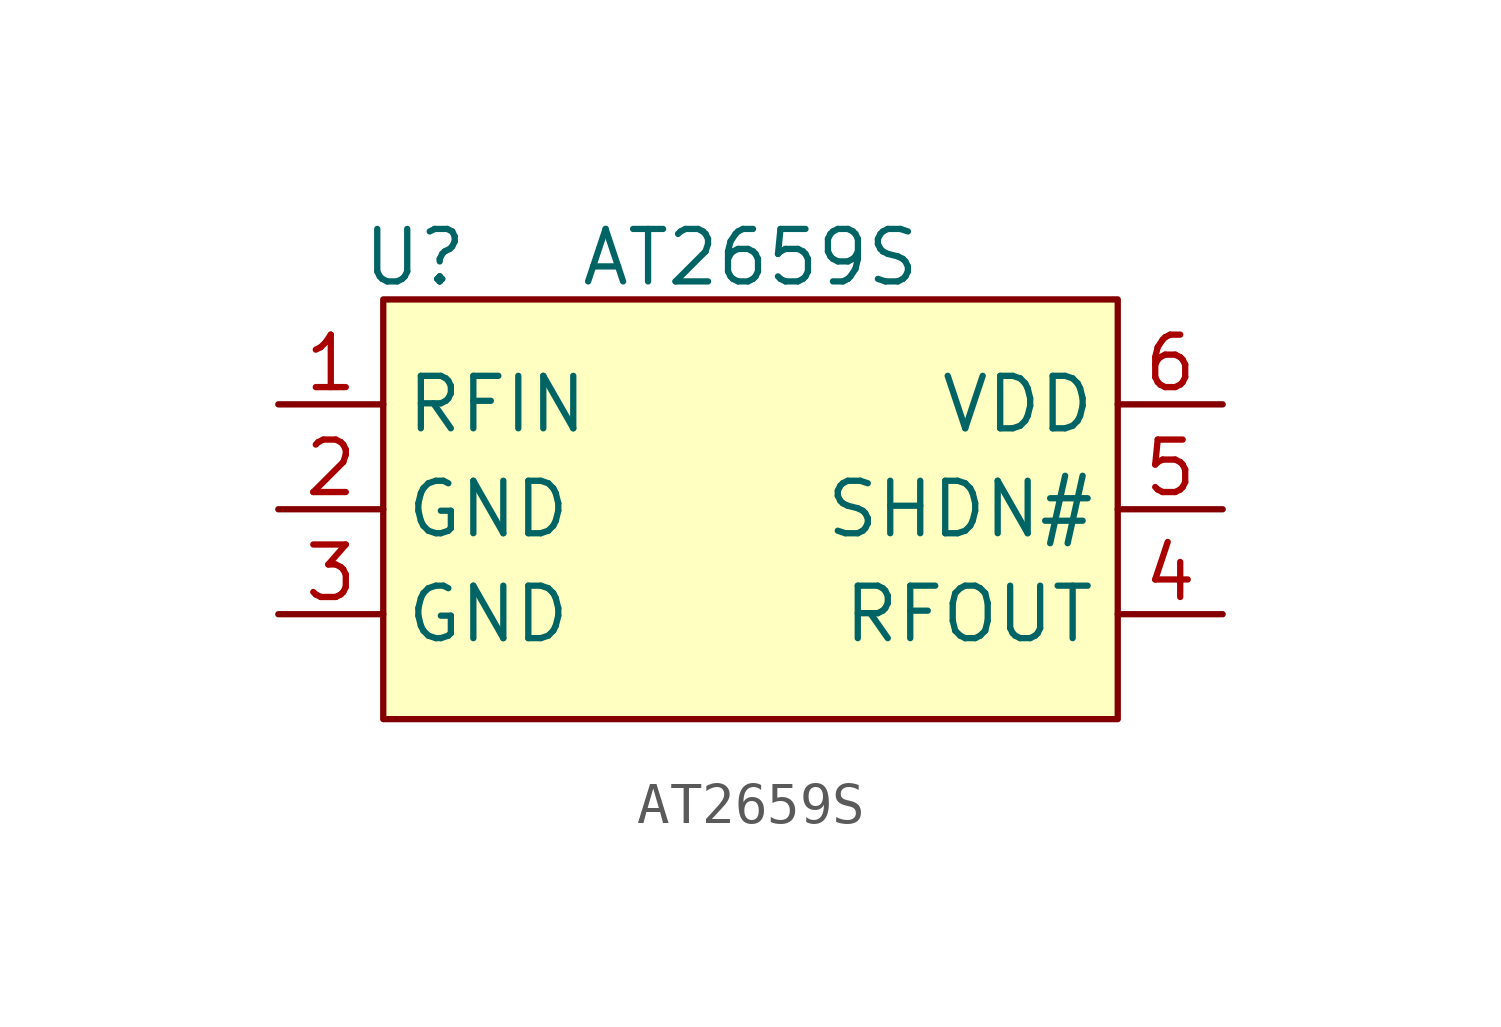
<source format=kicad_sym>
(kicad_symbol_lib
  (version 20241209)
  (generator "kicad_symbol_editor")
  (generator_version "9.0")
  (symbol "AT2659S"
    (property "Reference" "U"
      (at -8.128 6.096 0)
      (effects (font (size 1.27 1.27))))
    (property "Value" "AT2659S"
      (at 0 6.096 0)
      (effects (font (size 1.27 1.27))))
    (symbol "AT2659S_1_1"
      (rectangle (start -8.89 5.08) (end 8.89 -5.08) (stroke (width 0) (type solid)) (fill (type background)))
      (pin input line (at -11.43 2.54 0) (length 2.54) (name "RFIN" (effects (font (size 1.27 1.27)))) (number "1" (effects (font (size 1.27 1.27)))))
      (pin power_in line (at -11.43 0 0) (length 2.54) (name "GND" (effects (font (size 1.27 1.27)))) (number "2" (effects (font (size 1.27 1.27)))))
      (pin power_in line (at -11.43 -2.54 0) (length 2.54) (name "GND" (effects (font (size 1.27 1.27)))) (number "3" (effects (font (size 1.27 1.27)))))
      (pin power_in line (at 11.43 2.54 180) (length 2.54) (name "VDD" (effects (font (size 1.27 1.27)))) (number "6" (effects (font (size 1.27 1.27)))))
      (pin input line (at 11.43 0 180) (length 2.54) (name "SHDN#" (effects (font (size 1.27 1.27)))) (number "5" (effects (font (size 1.27 1.27)))))
      (pin output line (at 11.43 -2.54 180) (length 2.54) (name "RFOUT" (effects (font (size 1.27 1.27)))) (number "4" (effects (font (size 1.27 1.27))))))))
</source>
